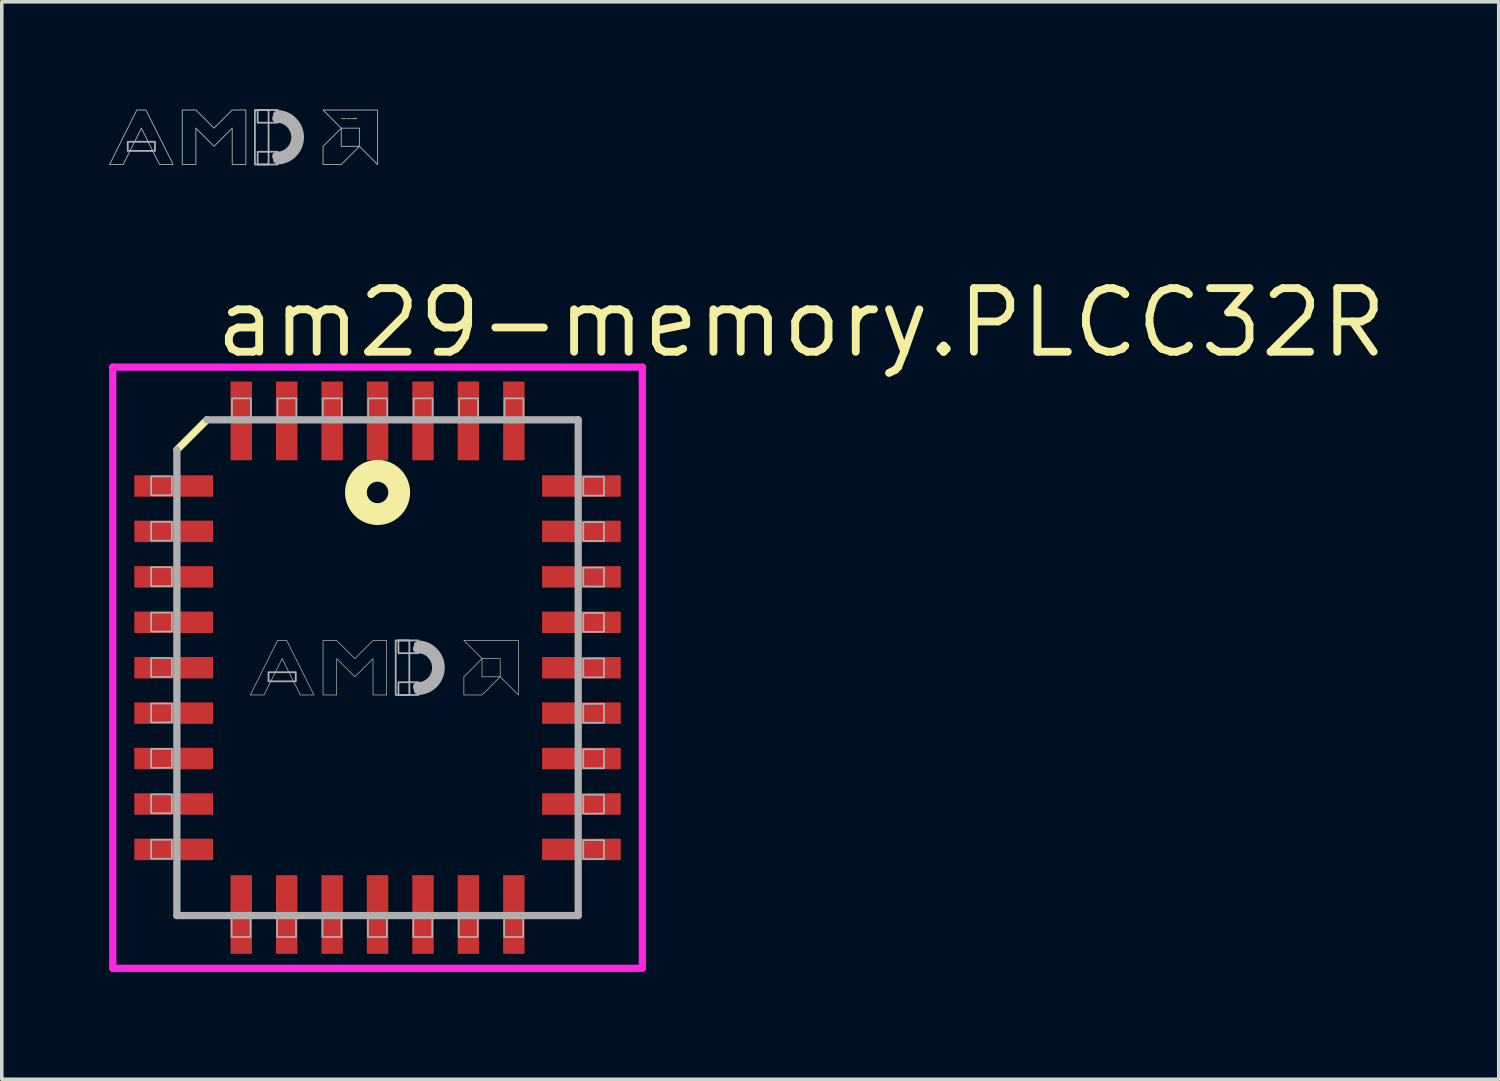
<source format=kicad_pcb>
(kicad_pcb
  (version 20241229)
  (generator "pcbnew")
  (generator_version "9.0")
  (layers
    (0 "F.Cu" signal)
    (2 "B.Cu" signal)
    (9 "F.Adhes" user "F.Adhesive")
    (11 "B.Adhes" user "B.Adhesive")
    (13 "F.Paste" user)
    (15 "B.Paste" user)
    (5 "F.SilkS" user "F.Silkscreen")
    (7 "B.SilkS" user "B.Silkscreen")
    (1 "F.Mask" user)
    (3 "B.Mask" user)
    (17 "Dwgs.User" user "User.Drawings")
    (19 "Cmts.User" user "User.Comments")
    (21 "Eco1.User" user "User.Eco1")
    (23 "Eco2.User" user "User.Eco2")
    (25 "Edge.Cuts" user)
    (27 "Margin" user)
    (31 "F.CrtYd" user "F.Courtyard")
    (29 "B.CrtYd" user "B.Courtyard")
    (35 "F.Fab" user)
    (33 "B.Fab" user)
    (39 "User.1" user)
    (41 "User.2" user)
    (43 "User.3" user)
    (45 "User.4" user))
  (footprint "am29-memory.PLCC32R"
    (layer "F.Cu")
    (at 7.505 15.617)
    (property "Reference" "am29-memory.PLCC32R" (at -4.64 -8.605 0) (layer "F.SilkS") (effects (font (size 1.778 1.778) (thickness 0.22)) (justify left bottom)))
    (attr smd)
    (fp_line (start -4.77 -6.93) (end -5.61 -6.09) (stroke (width 0.203) (type default)) (layer "F.SilkS"))
    (fp_circle (center 0 -4.9) (end 0.3 -4.9) (stroke (width 0.61) (type default)) (fill no) (layer "F.SilkS"))
    (fp_line (start -7.403 -8.403) (end 7.403 -8.403) (stroke (width 0.203) (type default)) (layer "F.CrtYd"))
    (fp_line (start -7.403 8.403) (end -7.403 -8.403) (stroke (width 0.203) (type default)) (layer "F.CrtYd"))
    (fp_line (start 7.403 -8.403) (end 7.403 8.403) (stroke (width 0.203) (type default)) (layer "F.CrtYd"))
    (fp_line (start 7.403 8.403) (end -7.403 8.403) (stroke (width 0.203) (type default)) (layer "F.CrtYd"))
    (fp_line (start -5.61 -6.09) (end -5.61 6.93) (stroke (width 0.203) (type default)) (layer "F.Fab"))
    (fp_line (start -5.61 6.93) (end 5.61 6.93) (stroke (width 0.203) (type default)) (layer "F.Fab"))
    (fp_line (start 5.61 -6.93) (end -4.77 -6.93) (stroke (width 0.203) (type default)) (layer "F.Fab"))
    (fp_line (start 5.61 6.93) (end 5.61 -6.93) (stroke (width 0.203) (type default)) (layer "F.Fab"))
    (fp_rect (start -6.33 -4.82) (end -5.75 -5.35) (stroke (width 0.05) (type default)) (fill no) (layer "F.Fab"))
    (fp_rect (start -6.33 -3.55) (end -5.75 -4.08) (stroke (width 0.05) (type default)) (fill no) (layer "F.Fab"))
    (fp_rect (start -6.33 -2.28) (end -5.75 -2.81) (stroke (width 0.05) (type default)) (fill no) (layer "F.Fab"))
    (fp_rect (start -6.33 -1.01) (end -5.75 -1.54) (stroke (width 0.05) (type default)) (fill no) (layer "F.Fab"))
    (fp_rect (start -6.33 0.26) (end -5.75 -0.27) (stroke (width 0.05) (type default)) (fill no) (layer "F.Fab"))
    (fp_rect (start -6.33 1.53) (end -5.75 1) (stroke (width 0.05) (type default)) (fill no) (layer "F.Fab"))
    (fp_rect (start -6.33 2.8) (end -5.75 2.27) (stroke (width 0.05) (type default)) (fill no) (layer "F.Fab"))
    (fp_rect (start -6.33 4.07) (end -5.75 3.54) (stroke (width 0.05) (type default)) (fill no) (layer "F.Fab"))
    (fp_rect (start -6.33 5.34) (end -5.75 4.81) (stroke (width 0.05) (type default)) (fill no) (layer "F.Fab"))
    (fp_rect (start -4.08 7.53) (end -3.55 6.95) (stroke (width 0.05) (type default)) (fill no) (layer "F.Fab"))
    (fp_rect (start -4.07 -6.95) (end -3.54 -7.53) (stroke (width 0.05) (type default)) (fill no) (layer "F.Fab"))
    (fp_rect (start -3.048 0.381) (end -2.286 0.127) (stroke (width 0.05) (type default)) (fill no) (layer "F.Fab"))
    (fp_rect (start -2.81 7.53) (end -2.28 6.95) (stroke (width 0.05) (type default)) (fill no) (layer "F.Fab"))
    (fp_rect (start -2.8 -6.95) (end -2.27 -7.53) (stroke (width 0.05) (type default)) (fill no) (layer "F.Fab"))
    (fp_rect (start -1.54 7.53) (end -1.01 6.95) (stroke (width 0.05) (type default)) (fill no) (layer "F.Fab"))
    (fp_rect (start -1.53 -6.95) (end -1 -7.53) (stroke (width 0.05) (type default)) (fill no) (layer "F.Fab"))
    (fp_rect (start -0.27 7.53) (end 0.26 6.95) (stroke (width 0.05) (type default)) (fill no) (layer "F.Fab"))
    (fp_rect (start -0.26 -6.95) (end 0.27 -7.53) (stroke (width 0.05) (type default)) (fill no) (layer "F.Fab"))
    (fp_rect (start 0.508 0.762) (end 0.889 -0.762) (stroke (width 0.05) (type default)) (fill no) (layer "F.Fab"))
    (fp_rect (start 0.584 -0.406) (end 1.143 -0.762) (stroke (width 0.05) (type default)) (fill no) (layer "F.Fab"))
    (fp_rect (start 0.584 0.762) (end 1.143 0.406) (stroke (width 0.05) (type default)) (fill no) (layer "F.Fab"))
    (fp_rect (start 1 7.53) (end 1.53 6.95) (stroke (width 0.05) (type default)) (fill no) (layer "F.Fab"))
    (fp_rect (start 1.01 -6.95) (end 1.54 -7.53) (stroke (width 0.05) (type default)) (fill no) (layer "F.Fab"))
    (fp_rect (start 2.27 7.53) (end 2.8 6.95) (stroke (width 0.05) (type default)) (fill no) (layer "F.Fab"))
    (fp_rect (start 2.28 -6.95) (end 2.81 -7.53) (stroke (width 0.05) (type default)) (fill no) (layer "F.Fab"))
    (fp_rect (start 3.54 7.53) (end 4.07 6.95) (stroke (width 0.05) (type default)) (fill no) (layer "F.Fab"))
    (fp_rect (start 3.55 -6.95) (end 4.08 -7.53) (stroke (width 0.05) (type default)) (fill no) (layer "F.Fab"))
    (fp_rect (start 5.75 -4.81) (end 6.33 -5.34) (stroke (width 0.05) (type default)) (fill no) (layer "F.Fab"))
    (fp_rect (start 5.75 -3.54) (end 6.33 -4.07) (stroke (width 0.05) (type default)) (fill no) (layer "F.Fab"))
    (fp_rect (start 5.75 -2.27) (end 6.33 -2.8) (stroke (width 0.05) (type default)) (fill no) (layer "F.Fab"))
    (fp_rect (start 5.75 -1) (end 6.33 -1.53) (stroke (width 0.05) (type default)) (fill no) (layer "F.Fab"))
    (fp_rect (start 5.75 0.27) (end 6.33 -0.26) (stroke (width 0.05) (type default)) (fill no) (layer "F.Fab"))
    (fp_rect (start 5.75 1.54) (end 6.33 1.01) (stroke (width 0.05) (type default)) (fill no) (layer "F.Fab"))
    (fp_rect (start 5.75 2.81) (end 6.33 2.28) (stroke (width 0.05) (type default)) (fill no) (layer "F.Fab"))
    (fp_rect (start 5.75 4.08) (end 6.33 3.55) (stroke (width 0.05) (type default)) (fill no) (layer "F.Fab"))
    (fp_rect (start 5.75 5.35) (end 6.33 4.82) (stroke (width 0.05) (type default)) (fill no) (layer "F.Fab"))
    (fp_arc (start 1.1176 -0.7366) (mid 1.8542 0) (end 1.1176 0.7366) (stroke (width 0.0508) (type default)) (layer "F.Fab"))
    (fp_arc (start 1.1176 -0.635) (mid 1.7526 0) (end 1.1176 0.635) (stroke (width 0.2032) (type default)) (layer "F.Fab"))
    (fp_arc (start 1.1176 -0.5334) (mid 1.651 0) (end 1.1176 0.5334) (stroke (width 0.254) (type default)) (layer "F.Fab"))
    (fp_poly (pts (xy 2.413 -0.762) (xy 3.937 -0.762) (xy 3.937 0.762) (xy 3.429 0.254) (xy 3.429 -0.254) (xy 2.921 -0.254)) (stroke (width 0.02) (type default)) (fill no) (layer "F.Fab"))
    (fp_poly (pts (xy 2.921 -0.254) (xy 2.413 0.254) (xy 2.413 0.762) (xy 2.921 0.762) (xy 3.429 0.254) (xy 2.921 0.254)) (stroke (width 0.02) (type default)) (fill no) (layer "F.Fab"))
    (fp_poly (pts (xy -3.556 0.762) (xy -2.794 -0.762) (xy -2.54 -0.762) (xy -1.778 0.762) (xy -2.159 0.762) (xy -2.667 -0.254) (xy -3.175 0.762)) (stroke (width 0.02) (type default)) (fill no) (layer "F.Fab"))
    (fp_poly (pts (xy -1.524 0.762) (xy -1.524 -0.762) (xy -1.143 -0.762) (xy -0.635 -0.254) (xy -0.127 -0.762) (xy 0.254 -0.762) (xy 0.254 0.762) (xy -0.127 0.762) (xy -0.127 -0.254) (xy -0.635 0.254) (xy -1.143 -0.254) (xy -1.143 0.762)) (stroke (width 0.02) (type default)) (fill no) (layer "F.Fab"))
    (pad "1" smd roundrect (at 0 -6.9) (size 0.6 2.2) (layers "F.Cu" "F.Mask" "F.Paste") (roundrect_rratio 0.01))
    (pad "2" smd roundrect (at -1.27 -6.9) (size 0.6 2.2) (layers "F.Cu" "F.Mask" "F.Paste") (roundrect_rratio 0.01))
    (pad "3" smd roundrect (at -2.54 -6.9) (size 0.6 2.2) (layers "F.Cu" "F.Mask" "F.Paste") (roundrect_rratio 0.01))
    (pad "4" smd roundrect (at -3.81 -6.9) (size 0.6 2.2) (layers "F.Cu" "F.Mask" "F.Paste") (roundrect_rratio 0.01))
    (pad "5" smd roundrect (at -5.7 -5.08) (size 2.2 0.6) (layers "F.Cu" "F.Mask" "F.Paste") (roundrect_rratio 0.01))
    (pad "6" smd roundrect (at -5.7 -3.81) (size 2.2 0.6) (layers "F.Cu" "F.Mask" "F.Paste") (roundrect_rratio 0.01))
    (pad "7" smd roundrect (at -5.7 -2.54) (size 2.2 0.6) (layers "F.Cu" "F.Mask" "F.Paste") (roundrect_rratio 0.01))
    (pad "8" smd roundrect (at -5.7 -1.27) (size 2.2 0.6) (layers "F.Cu" "F.Mask" "F.Paste") (roundrect_rratio 0.01))
    (pad "9" smd roundrect (at -5.7 0) (size 2.2 0.6) (layers "F.Cu" "F.Mask" "F.Paste") (roundrect_rratio 0.01))
    (pad "10" smd roundrect (at -5.7 1.27) (size 2.2 0.6) (layers "F.Cu" "F.Mask" "F.Paste") (roundrect_rratio 0.01))
    (pad "11" smd roundrect (at -5.7 2.54) (size 2.2 0.6) (layers "F.Cu" "F.Mask" "F.Paste") (roundrect_rratio 0.01))
    (pad "12" smd roundrect (at -5.7 3.81) (size 2.2 0.6) (layers "F.Cu" "F.Mask" "F.Paste") (roundrect_rratio 0.01))
    (pad "13" smd roundrect (at -5.7 5.08) (size 2.2 0.6) (layers "F.Cu" "F.Mask" "F.Paste") (roundrect_rratio 0.01))
    (pad "14" smd roundrect (at -3.81 6.9) (size 0.6 2.2) (layers "F.Cu" "F.Mask" "F.Paste") (roundrect_rratio 0.01))
    (pad "15" smd roundrect (at -2.54 6.9) (size 0.6 2.2) (layers "F.Cu" "F.Mask" "F.Paste") (roundrect_rratio 0.01))
    (pad "16" smd roundrect (at -1.27 6.9) (size 0.6 2.2) (layers "F.Cu" "F.Mask" "F.Paste") (roundrect_rratio 0.01))
    (pad "17" smd roundrect (at 0 6.9) (size 0.6 2.2) (layers "F.Cu" "F.Mask" "F.Paste") (roundrect_rratio 0.01))
    (pad "18" smd roundrect (at 1.27 6.9) (size 0.6 2.2) (layers "F.Cu" "F.Mask" "F.Paste") (roundrect_rratio 0.01))
    (pad "19" smd roundrect (at 2.54 6.9) (size 0.6 2.2) (layers "F.Cu" "F.Mask" "F.Paste") (roundrect_rratio 0.01))
    (pad "20" smd roundrect (at 3.81 6.9) (size 0.6 2.2) (layers "F.Cu" "F.Mask" "F.Paste") (roundrect_rratio 0.01))
    (pad "21" smd roundrect (at 5.7 5.08) (size 2.2 0.6) (layers "F.Cu" "F.Mask" "F.Paste") (roundrect_rratio 0.01))
    (pad "22" smd roundrect (at 5.7 3.81) (size 2.2 0.6) (layers "F.Cu" "F.Mask" "F.Paste") (roundrect_rratio 0.01))
    (pad "23" smd roundrect (at 5.7 2.54) (size 2.2 0.6) (layers "F.Cu" "F.Mask" "F.Paste") (roundrect_rratio 0.01))
    (pad "24" smd roundrect (at 5.7 1.27) (size 2.2 0.6) (layers "F.Cu" "F.Mask" "F.Paste") (roundrect_rratio 0.01))
    (pad "25" smd roundrect (at 5.7 0) (size 2.2 0.6) (layers "F.Cu" "F.Mask" "F.Paste") (roundrect_rratio 0.01))
    (pad "26" smd roundrect (at 5.7 -1.27) (size 2.2 0.6) (layers "F.Cu" "F.Mask" "F.Paste") (roundrect_rratio 0.01))
    (pad "27" smd roundrect (at 5.7 -2.54) (size 2.2 0.6) (layers "F.Cu" "F.Mask" "F.Paste") (roundrect_rratio 0.01))
    (pad "28" smd roundrect (at 5.7 -3.81) (size 2.2 0.6) (layers "F.Cu" "F.Mask" "F.Paste") (roundrect_rratio 0.01))
    (pad "29" smd roundrect (at 5.7 -5.08) (size 2.2 0.6) (layers "F.Cu" "F.Mask" "F.Paste") (roundrect_rratio 0.01))
    (pad "30" smd roundrect (at 3.81 -6.9) (size 0.6 2.2) (layers "F.Cu" "F.Mask" "F.Paste") (roundrect_rratio 0.01))
    (pad "31" smd roundrect (at 2.54 -6.9) (size 0.6 2.2) (layers "F.Cu" "F.Mask" "F.Paste") (roundrect_rratio 0.01))
    (pad "32" smd roundrect (at 1.27 -6.9) (size 0.6 2.2) (layers "F.Cu" "F.Mask" "F.Paste") (roundrect_rratio 0.01)))
  (footprint "am29-memory.LOGO02"
    (layer "F.Cu")
    (at 6.744 0.787)
    (property "Reference" "am29-memory.LOGO02" (at -0.254 -0.508 0) (layer "F.SilkS") (effects (font (size 0.025 0.025)) (justify left bottom)))
    (fp_rect (start -6.223 0.381) (end -5.461 0.127) (stroke (width 0.05) (type default)) (fill no) (layer "F.Fab"))
    (fp_rect (start -2.667 0.762) (end -2.286 -0.762) (stroke (width 0.05) (type default)) (fill no) (layer "F.Fab"))
    (fp_rect (start -2.591 -0.406) (end -2.032 -0.762) (stroke (width 0.05) (type default)) (fill no) (layer "F.Fab"))
    (fp_rect (start -2.591 0.762) (end -2.032 0.406) (stroke (width 0.05) (type default)) (fill no) (layer "F.Fab"))
    (fp_arc (start -2.0574 -0.7366) (mid -1.3208 0) (end -2.0574 0.7366) (stroke (width 0.0508) (type default)) (layer "F.Fab"))
    (fp_arc (start -2.0574 -0.635) (mid -1.4224 0) (end -2.0574 0.635) (stroke (width 0.2032) (type default)) (layer "F.Fab"))
    (fp_arc (start -2.0574 -0.5334) (mid -1.524 0) (end -2.0574 0.5334) (stroke (width 0.254) (type default)) (layer "F.Fab"))
    (fp_poly (pts (xy -0.762 -0.762) (xy 0.762 -0.762) (xy 0.762 0.762) (xy 0.254 0.254) (xy 0.254 -0.254) (xy -0.254 -0.254)) (stroke (width 0.025) (type default)) (fill no) (layer "F.Fab"))
    (fp_poly (pts (xy -0.254 -0.254) (xy -0.762 0.254) (xy -0.762 0.762) (xy -0.254 0.762) (xy 0.254 0.254) (xy -0.254 0.254)) (stroke (width 0.025) (type default)) (fill no) (layer "F.Fab"))
    (fp_poly (pts (xy -6.731 0.762) (xy -5.969 -0.762) (xy -5.715 -0.762) (xy -4.953 0.762) (xy -5.334 0.762) (xy -5.842 -0.254) (xy -6.35 0.762)) (stroke (width 0.025) (type default)) (fill no) (layer "F.Fab"))
    (fp_poly (pts (xy -4.699 0.762) (xy -4.699 -0.762) (xy -4.318 -0.762) (xy -3.81 -0.254) (xy -3.302 -0.762) (xy -2.921 -0.762) (xy -2.921 0.762) (xy -3.302 0.762) (xy -3.302 -0.254) (xy -3.81 0.254) (xy -4.318 -0.254) (xy -4.318 0.762)) (stroke (width 0.025) (type default)) (fill no) (layer "F.Fab")))
  (gr_rect
    (start -3 -3)
    (end 38.85 27.122)
    (stroke (width 0.1) (type default))
    (fill no)
    (layer "Edge.Cuts")))
</source>
